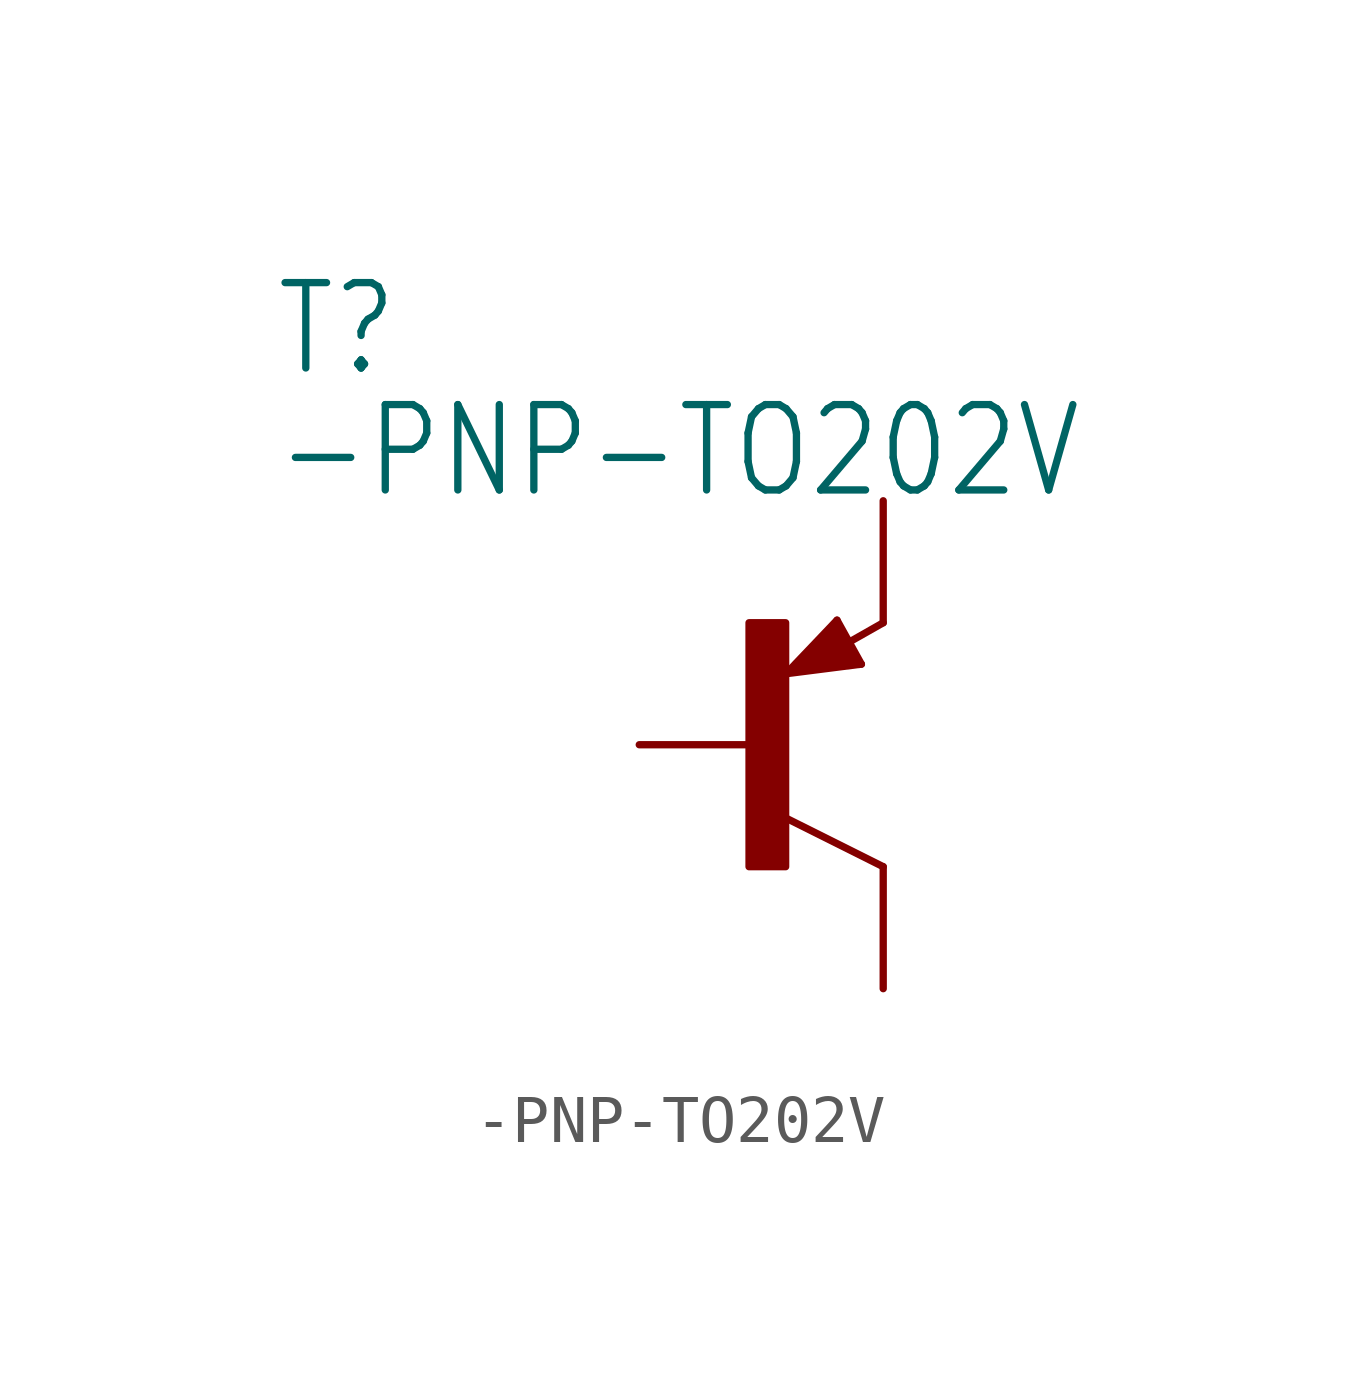
<source format=kicad_sym>
(kicad_symbol_lib
  (version 20211014)
  (generator kicad_symbol_editor)
  (symbol "-PNP-TO202V"
    (property "Reference" "T"
      (at -10.16 7.62 0)
      (effects (font (size 1.778 1.511)) (justify left bottom)))
    (property "Value" "-PNP-TO202V"
      (at -10.16 5.08 0)
      (effects (font (size 1.778 1.511)) (justify left bottom)))
    (property "ki_locked" ""
      (at 0 0 0)
      (effects (font (size 1.27 1.27))))
    (symbol "-PNP-TO202V_1_0"
      (rectangle (start -0.254 -2.54) (end 0.508 2.54) (stroke (width 0) (type default) (color 0 0 0 0)) (fill (type outline)))
      (polyline (pts (xy 0.516 1.478) (xy 2.086 1.678)) (stroke (width 0.152) (type default) (color 0 0 0 0)) (fill (type none)))
      (polyline (pts (xy 0.762 1.651) (xy 1.778 1.778)) (stroke (width 0.254) (type default) (color 0 0 0 0)) (fill (type none)))
      (polyline (pts (xy 1.143 1.905) (xy 1.524 1.905)) (stroke (width 0.254) (type default) (color 0 0 0 0)) (fill (type none)))
      (polyline (pts (xy 1.524 2.159) (xy 1.143 1.905)) (stroke (width 0.254) (type default) (color 0 0 0 0)) (fill (type none)))
      (polyline (pts (xy 1.524 2.413) (xy 0.762 1.651)) (stroke (width 0.254) (type default) (color 0 0 0 0)) (fill (type none)))
      (polyline (pts (xy 1.578 2.594) (xy 0.516 1.478)) (stroke (width 0.152) (type default) (color 0 0 0 0)) (fill (type none)))
      (polyline (pts (xy 1.778 1.778) (xy 1.524 2.159)) (stroke (width 0.254) (type default) (color 0 0 0 0)) (fill (type none)))
      (polyline (pts (xy 1.905 1.778) (xy 1.524 2.413)) (stroke (width 0.254) (type default) (color 0 0 0 0)) (fill (type none)))
      (polyline (pts (xy 2.086 1.678) (xy 1.578 2.594)) (stroke (width 0.152) (type default) (color 0 0 0 0)) (fill (type none)))
      (polyline (pts (xy 2.54 -2.54) (xy 0.508 -1.524)) (stroke (width 0.152) (type default) (color 0 0 0 0)) (fill (type none)))
      (polyline (pts (xy 2.54 2.54) (xy 1.808 2.124)) (stroke (width 0.152) (type default) (color 0 0 0 0)) (fill (type none)))
      (pin passive line (at 2.54 5.08 270) (length 2.54) (name "E" (effects (font (size 0 0)))) (number "1" (effects (font (size 0 0)))))
      (pin passive line (at 2.54 -5.08 90) (length 2.54) (name "C" (effects (font (size 0 0)))) (number "2" (effects (font (size 0 0)))))
      (pin passive line (at -2.54 0 0) (length 2.54) (name "B" (effects (font (size 0 0)))) (number "3" (effects (font (size 0 0))))))))
</source>
